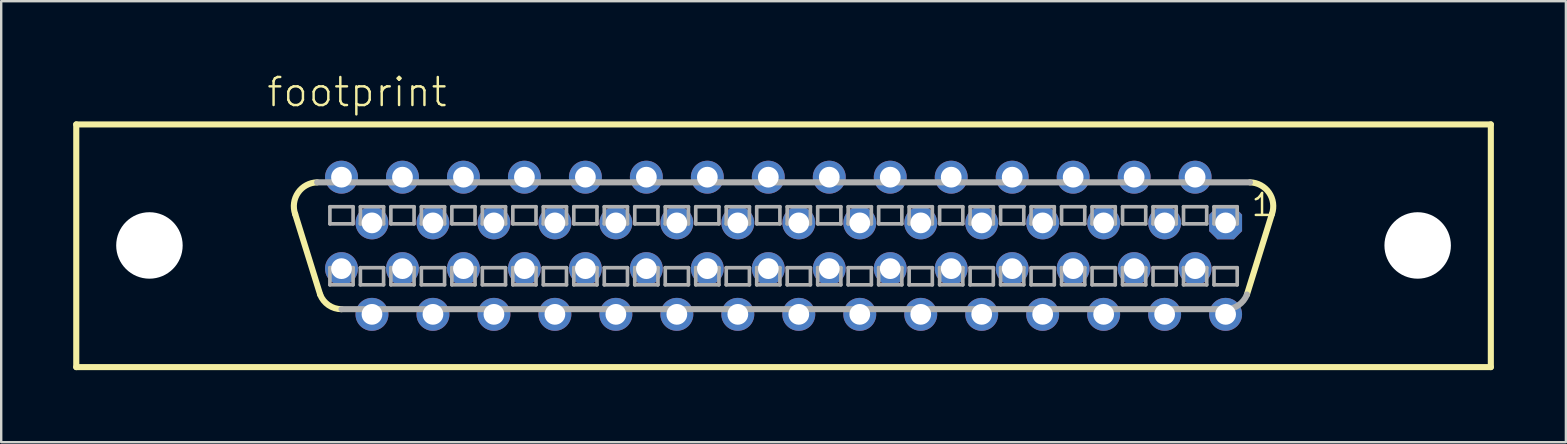
<source format=kicad_pcb>
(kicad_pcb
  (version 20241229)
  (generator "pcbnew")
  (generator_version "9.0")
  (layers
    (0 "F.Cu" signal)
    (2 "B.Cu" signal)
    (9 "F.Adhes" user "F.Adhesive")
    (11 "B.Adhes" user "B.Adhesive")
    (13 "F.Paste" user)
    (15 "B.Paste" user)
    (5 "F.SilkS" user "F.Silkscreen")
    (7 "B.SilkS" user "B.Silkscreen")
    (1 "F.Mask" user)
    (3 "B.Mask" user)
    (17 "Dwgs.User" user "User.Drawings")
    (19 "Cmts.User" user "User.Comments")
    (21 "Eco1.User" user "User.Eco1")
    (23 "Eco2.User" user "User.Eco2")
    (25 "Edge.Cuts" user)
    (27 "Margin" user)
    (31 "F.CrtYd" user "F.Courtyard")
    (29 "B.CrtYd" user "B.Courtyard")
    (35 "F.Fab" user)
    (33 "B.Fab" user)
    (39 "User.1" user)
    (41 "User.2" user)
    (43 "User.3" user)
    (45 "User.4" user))
  (footprint "footprint"
    (layer "F.Cu")
    (at 29.591 7.188)
    (property "Reference" "footprint" (at -21.59 -5.715 0) (layer "F.SilkS") (effects (font (size 1.168 1.168) (thickness 0.102)) (justify left bottom)))
    (fp_line (start -29.464 -5.055) (end 29.464 -5.055) (stroke (width 0.254) (type solid)) (layer "F.SilkS"))
    (fp_line (start -29.464 5.055) (end -29.464 -5.055) (stroke (width 0.254) (type solid)) (layer "F.SilkS"))
    (fp_line (start -19.304 2.032) (end -20.345 -1.321) (stroke (width 0.254) (type solid)) (layer "F.SilkS"))
    (fp_line (start 19.304 2.032) (end 20.345 -1.321) (stroke (width 0.254) (type solid)) (layer "F.SilkS"))
    (fp_line (start 29.464 -5.055) (end 29.464 5.055) (stroke (width 0.254) (type solid)) (layer "F.SilkS"))
    (fp_line (start 29.464 5.055) (end -29.464 5.055) (stroke (width 0.254) (type solid)) (layer "F.SilkS"))
    (fp_arc (start -20.3454 -1.3208) (mid -20.223542 -2.213361) (end -19.430998 -2.641601) (stroke (width 0.254) (type solid)) (layer "F.SilkS"))
    (fp_arc (start -18.414999 2.641601) (mid -18.954028 2.474655) (end -19.304 2.032) (stroke (width 0.254) (type solid)) (layer "F.SilkS"))
    (fp_arc (start 19.431 -2.6416) (mid 20.223543 -2.21336) (end 20.345399 -1.320799) (stroke (width 0.254) (type solid)) (layer "F.SilkS"))
    (fp_line (start -18.898 -1.626) (end -18.898 -0.914) (stroke (width 0.152) (type solid)) (layer "F.Fab"))
    (fp_line (start -18.898 -0.914) (end -17.932 -0.914) (stroke (width 0.152) (type solid)) (layer "F.Fab"))
    (fp_line (start -18.898 0.914) (end -18.898 1.626) (stroke (width 0.152) (type solid)) (layer "F.Fab"))
    (fp_line (start -18.898 1.626) (end -17.932 1.626) (stroke (width 0.152) (type solid)) (layer "F.Fab"))
    (fp_line (start -17.932 -1.626) (end -18.898 -1.626) (stroke (width 0.152) (type solid)) (layer "F.Fab"))
    (fp_line (start -17.932 -0.914) (end -17.932 -1.626) (stroke (width 0.152) (type solid)) (layer "F.Fab"))
    (fp_line (start -17.932 0.914) (end -18.898 0.914) (stroke (width 0.152) (type solid)) (layer "F.Fab"))
    (fp_line (start -17.932 1.626) (end -17.932 0.914) (stroke (width 0.152) (type solid)) (layer "F.Fab"))
    (fp_line (start -17.628 -1.626) (end -17.628 -0.914) (stroke (width 0.152) (type solid)) (layer "F.Fab"))
    (fp_line (start -17.628 -0.914) (end -16.662 -0.914) (stroke (width 0.152) (type solid)) (layer "F.Fab"))
    (fp_line (start -17.628 0.914) (end -17.628 1.626) (stroke (width 0.152) (type solid)) (layer "F.Fab"))
    (fp_line (start -17.628 1.626) (end -16.662 1.626) (stroke (width 0.152) (type solid)) (layer "F.Fab"))
    (fp_line (start -16.662 -1.626) (end -17.628 -1.626) (stroke (width 0.152) (type solid)) (layer "F.Fab"))
    (fp_line (start -16.662 -0.914) (end -16.662 -1.626) (stroke (width 0.152) (type solid)) (layer "F.Fab"))
    (fp_line (start -16.662 0.914) (end -17.628 0.914) (stroke (width 0.152) (type solid)) (layer "F.Fab"))
    (fp_line (start -16.662 1.626) (end -16.662 0.914) (stroke (width 0.152) (type solid)) (layer "F.Fab"))
    (fp_line (start -16.358 -1.626) (end -16.358 -0.914) (stroke (width 0.152) (type solid)) (layer "F.Fab"))
    (fp_line (start -16.358 -0.914) (end -15.392 -0.914) (stroke (width 0.152) (type solid)) (layer "F.Fab"))
    (fp_line (start -16.358 0.914) (end -16.358 1.626) (stroke (width 0.152) (type solid)) (layer "F.Fab"))
    (fp_line (start -16.358 1.626) (end -15.392 1.626) (stroke (width 0.152) (type solid)) (layer "F.Fab"))
    (fp_line (start -15.392 -1.626) (end -16.358 -1.626) (stroke (width 0.152) (type solid)) (layer "F.Fab"))
    (fp_line (start -15.392 -0.914) (end -15.392 -1.626) (stroke (width 0.152) (type solid)) (layer "F.Fab"))
    (fp_line (start -15.392 0.914) (end -16.358 0.914) (stroke (width 0.152) (type solid)) (layer "F.Fab"))
    (fp_line (start -15.392 1.626) (end -15.392 0.914) (stroke (width 0.152) (type solid)) (layer "F.Fab"))
    (fp_line (start -15.088 -1.626) (end -15.088 -0.914) (stroke (width 0.152) (type solid)) (layer "F.Fab"))
    (fp_line (start -15.088 -0.914) (end -14.122 -0.914) (stroke (width 0.152) (type solid)) (layer "F.Fab"))
    (fp_line (start -15.088 0.914) (end -15.088 1.626) (stroke (width 0.152) (type solid)) (layer "F.Fab"))
    (fp_line (start -15.088 1.626) (end -14.122 1.626) (stroke (width 0.152) (type solid)) (layer "F.Fab"))
    (fp_line (start -14.122 -1.626) (end -15.088 -1.626) (stroke (width 0.152) (type solid)) (layer "F.Fab"))
    (fp_line (start -14.122 -0.914) (end -14.122 -1.626) (stroke (width 0.152) (type solid)) (layer "F.Fab"))
    (fp_line (start -14.122 0.914) (end -15.088 0.914) (stroke (width 0.152) (type solid)) (layer "F.Fab"))
    (fp_line (start -14.122 1.626) (end -14.122 0.914) (stroke (width 0.152) (type solid)) (layer "F.Fab"))
    (fp_line (start -13.818 -1.626) (end -13.818 -0.914) (stroke (width 0.152) (type solid)) (layer "F.Fab"))
    (fp_line (start -13.818 -0.914) (end -12.852 -0.914) (stroke (width 0.152) (type solid)) (layer "F.Fab"))
    (fp_line (start -13.818 0.914) (end -13.818 1.626) (stroke (width 0.152) (type solid)) (layer "F.Fab"))
    (fp_line (start -13.818 1.626) (end -12.852 1.626) (stroke (width 0.152) (type solid)) (layer "F.Fab"))
    (fp_line (start -12.852 -1.626) (end -13.818 -1.626) (stroke (width 0.152) (type solid)) (layer "F.Fab"))
    (fp_line (start -12.852 -0.914) (end -12.852 -1.626) (stroke (width 0.152) (type solid)) (layer "F.Fab"))
    (fp_line (start -12.852 0.914) (end -13.818 0.914) (stroke (width 0.152) (type solid)) (layer "F.Fab"))
    (fp_line (start -12.852 1.626) (end -12.852 0.914) (stroke (width 0.152) (type solid)) (layer "F.Fab"))
    (fp_line (start -12.548 -1.626) (end -12.548 -0.914) (stroke (width 0.152) (type solid)) (layer "F.Fab"))
    (fp_line (start -12.548 -0.914) (end -11.582 -0.914) (stroke (width 0.152) (type solid)) (layer "F.Fab"))
    (fp_line (start -12.548 0.914) (end -12.548 1.626) (stroke (width 0.152) (type solid)) (layer "F.Fab"))
    (fp_line (start -12.548 1.626) (end -11.582 1.626) (stroke (width 0.152) (type solid)) (layer "F.Fab"))
    (fp_line (start -11.582 -1.626) (end -12.548 -1.626) (stroke (width 0.152) (type solid)) (layer "F.Fab"))
    (fp_line (start -11.582 -0.914) (end -11.582 -1.626) (stroke (width 0.152) (type solid)) (layer "F.Fab"))
    (fp_line (start -11.582 0.914) (end -12.548 0.914) (stroke (width 0.152) (type solid)) (layer "F.Fab"))
    (fp_line (start -11.582 1.626) (end -11.582 0.914) (stroke (width 0.152) (type solid)) (layer "F.Fab"))
    (fp_line (start -11.278 -1.626) (end -11.278 -0.914) (stroke (width 0.152) (type solid)) (layer "F.Fab"))
    (fp_line (start -11.278 -0.914) (end -10.312 -0.914) (stroke (width 0.152) (type solid)) (layer "F.Fab"))
    (fp_line (start -11.278 0.914) (end -11.278 1.626) (stroke (width 0.152) (type solid)) (layer "F.Fab"))
    (fp_line (start -11.278 1.626) (end -10.312 1.626) (stroke (width 0.152) (type solid)) (layer "F.Fab"))
    (fp_line (start -10.312 -1.626) (end -11.278 -1.626) (stroke (width 0.152) (type solid)) (layer "F.Fab"))
    (fp_line (start -10.312 -0.914) (end -10.312 -1.626) (stroke (width 0.152) (type solid)) (layer "F.Fab"))
    (fp_line (start -10.312 0.914) (end -11.278 0.914) (stroke (width 0.152) (type solid)) (layer "F.Fab"))
    (fp_line (start -10.312 1.626) (end -10.312 0.914) (stroke (width 0.152) (type solid)) (layer "F.Fab"))
    (fp_line (start -10.008 -1.626) (end -10.008 -0.914) (stroke (width 0.152) (type solid)) (layer "F.Fab"))
    (fp_line (start -10.008 -0.914) (end -9.042 -0.914) (stroke (width 0.152) (type solid)) (layer "F.Fab"))
    (fp_line (start -10.008 0.914) (end -10.008 1.626) (stroke (width 0.152) (type solid)) (layer "F.Fab"))
    (fp_line (start -10.008 1.626) (end -9.042 1.626) (stroke (width 0.152) (type solid)) (layer "F.Fab"))
    (fp_line (start -9.042 -1.626) (end -10.008 -1.626) (stroke (width 0.152) (type solid)) (layer "F.Fab"))
    (fp_line (start -9.042 -0.914) (end -9.042 -1.626) (stroke (width 0.152) (type solid)) (layer "F.Fab"))
    (fp_line (start -9.042 0.914) (end -10.008 0.914) (stroke (width 0.152) (type solid)) (layer "F.Fab"))
    (fp_line (start -9.042 1.626) (end -9.042 0.914) (stroke (width 0.152) (type solid)) (layer "F.Fab"))
    (fp_line (start -8.738 -1.626) (end -8.738 -0.914) (stroke (width 0.152) (type solid)) (layer "F.Fab"))
    (fp_line (start -8.738 -0.914) (end -7.772 -0.914) (stroke (width 0.152) (type solid)) (layer "F.Fab"))
    (fp_line (start -8.738 0.914) (end -8.738 1.626) (stroke (width 0.152) (type solid)) (layer "F.Fab"))
    (fp_line (start -8.738 1.626) (end -7.772 1.626) (stroke (width 0.152) (type solid)) (layer "F.Fab"))
    (fp_line (start -7.772 -1.626) (end -8.738 -1.626) (stroke (width 0.152) (type solid)) (layer "F.Fab"))
    (fp_line (start -7.772 -0.914) (end -7.772 -1.626) (stroke (width 0.152) (type solid)) (layer "F.Fab"))
    (fp_line (start -7.772 0.914) (end -8.738 0.914) (stroke (width 0.152) (type solid)) (layer "F.Fab"))
    (fp_line (start -7.772 1.626) (end -7.772 0.914) (stroke (width 0.152) (type solid)) (layer "F.Fab"))
    (fp_line (start -7.468 -1.626) (end -7.468 -0.914) (stroke (width 0.152) (type solid)) (layer "F.Fab"))
    (fp_line (start -7.468 -0.914) (end -6.502 -0.914) (stroke (width 0.152) (type solid)) (layer "F.Fab"))
    (fp_line (start -7.468 0.914) (end -7.468 1.626) (stroke (width 0.152) (type solid)) (layer "F.Fab"))
    (fp_line (start -7.468 1.626) (end -6.502 1.626) (stroke (width 0.152) (type solid)) (layer "F.Fab"))
    (fp_line (start -6.502 -1.626) (end -7.468 -1.626) (stroke (width 0.152) (type solid)) (layer "F.Fab"))
    (fp_line (start -6.502 -0.914) (end -6.502 -1.626) (stroke (width 0.152) (type solid)) (layer "F.Fab"))
    (fp_line (start -6.502 0.914) (end -7.468 0.914) (stroke (width 0.152) (type solid)) (layer "F.Fab"))
    (fp_line (start -6.502 1.626) (end -6.502 0.914) (stroke (width 0.152) (type solid)) (layer "F.Fab"))
    (fp_line (start -6.198 -1.626) (end -6.198 -0.914) (stroke (width 0.152) (type solid)) (layer "F.Fab"))
    (fp_line (start -6.198 -0.914) (end -5.232 -0.914) (stroke (width 0.152) (type solid)) (layer "F.Fab"))
    (fp_line (start -6.198 0.914) (end -6.198 1.626) (stroke (width 0.152) (type solid)) (layer "F.Fab"))
    (fp_line (start -6.198 1.626) (end -5.232 1.626) (stroke (width 0.152) (type solid)) (layer "F.Fab"))
    (fp_line (start -5.232 -1.626) (end -6.198 -1.626) (stroke (width 0.152) (type solid)) (layer "F.Fab"))
    (fp_line (start -5.232 -0.914) (end -5.232 -1.626) (stroke (width 0.152) (type solid)) (layer "F.Fab"))
    (fp_line (start -5.232 0.914) (end -6.198 0.914) (stroke (width 0.152) (type solid)) (layer "F.Fab"))
    (fp_line (start -5.232 1.626) (end -5.232 0.914) (stroke (width 0.152) (type solid)) (layer "F.Fab"))
    (fp_line (start -4.928 -1.626) (end -4.928 -0.914) (stroke (width 0.152) (type solid)) (layer "F.Fab"))
    (fp_line (start -4.928 -0.914) (end -3.962 -0.914) (stroke (width 0.152) (type solid)) (layer "F.Fab"))
    (fp_line (start -4.928 0.914) (end -4.928 1.626) (stroke (width 0.152) (type solid)) (layer "F.Fab"))
    (fp_line (start -4.928 1.626) (end -3.962 1.626) (stroke (width 0.152) (type solid)) (layer "F.Fab"))
    (fp_line (start -3.962 -1.626) (end -4.928 -1.626) (stroke (width 0.152) (type solid)) (layer "F.Fab"))
    (fp_line (start -3.962 -0.914) (end -3.962 -1.626) (stroke (width 0.152) (type solid)) (layer "F.Fab"))
    (fp_line (start -3.962 0.914) (end -4.928 0.914) (stroke (width 0.152) (type solid)) (layer "F.Fab"))
    (fp_line (start -3.962 1.626) (end -3.962 0.914) (stroke (width 0.152) (type solid)) (layer "F.Fab"))
    (fp_line (start -3.658 -1.626) (end -3.658 -0.914) (stroke (width 0.152) (type solid)) (layer "F.Fab"))
    (fp_line (start -3.658 -0.914) (end -2.692 -0.914) (stroke (width 0.152) (type solid)) (layer "F.Fab"))
    (fp_line (start -3.658 0.914) (end -3.658 1.626) (stroke (width 0.152) (type solid)) (layer "F.Fab"))
    (fp_line (start -3.658 1.626) (end -2.692 1.626) (stroke (width 0.152) (type solid)) (layer "F.Fab"))
    (fp_line (start -2.692 -1.626) (end -3.658 -1.626) (stroke (width 0.152) (type solid)) (layer "F.Fab"))
    (fp_line (start -2.692 -0.914) (end -2.692 -1.626) (stroke (width 0.152) (type solid)) (layer "F.Fab"))
    (fp_line (start -2.692 0.914) (end -3.658 0.914) (stroke (width 0.152) (type solid)) (layer "F.Fab"))
    (fp_line (start -2.692 1.626) (end -2.692 0.914) (stroke (width 0.152) (type solid)) (layer "F.Fab"))
    (fp_line (start -2.388 -1.626) (end -2.388 -0.914) (stroke (width 0.152) (type solid)) (layer "F.Fab"))
    (fp_line (start -2.388 -0.914) (end -1.422 -0.914) (stroke (width 0.152) (type solid)) (layer "F.Fab"))
    (fp_line (start -2.388 0.914) (end -2.388 1.626) (stroke (width 0.152) (type solid)) (layer "F.Fab"))
    (fp_line (start -2.388 1.626) (end -1.422 1.626) (stroke (width 0.152) (type solid)) (layer "F.Fab"))
    (fp_line (start -1.422 -1.626) (end -2.388 -1.626) (stroke (width 0.152) (type solid)) (layer "F.Fab"))
    (fp_line (start -1.422 -0.914) (end -1.422 -1.626) (stroke (width 0.152) (type solid)) (layer "F.Fab"))
    (fp_line (start -1.422 0.914) (end -2.388 0.914) (stroke (width 0.152) (type solid)) (layer "F.Fab"))
    (fp_line (start -1.422 1.626) (end -1.422 0.914) (stroke (width 0.152) (type solid)) (layer "F.Fab"))
    (fp_line (start -1.118 -1.626) (end -1.118 -0.914) (stroke (width 0.152) (type solid)) (layer "F.Fab"))
    (fp_line (start -1.118 -0.914) (end -0.152 -0.914) (stroke (width 0.152) (type solid)) (layer "F.Fab"))
    (fp_line (start -1.118 0.914) (end -1.118 1.626) (stroke (width 0.152) (type solid)) (layer "F.Fab"))
    (fp_line (start -1.118 1.626) (end -0.152 1.626) (stroke (width 0.152) (type solid)) (layer "F.Fab"))
    (fp_line (start -0.152 -1.626) (end -1.118 -1.626) (stroke (width 0.152) (type solid)) (layer "F.Fab"))
    (fp_line (start -0.152 -0.914) (end -0.152 -1.626) (stroke (width 0.152) (type solid)) (layer "F.Fab"))
    (fp_line (start -0.152 0.914) (end -1.118 0.914) (stroke (width 0.152) (type solid)) (layer "F.Fab"))
    (fp_line (start -0.152 1.626) (end -0.152 0.914) (stroke (width 0.152) (type solid)) (layer "F.Fab"))
    (fp_line (start 0.152 -1.626) (end 0.152 -0.914) (stroke (width 0.152) (type solid)) (layer "F.Fab"))
    (fp_line (start 0.152 -0.914) (end 1.118 -0.914) (stroke (width 0.152) (type solid)) (layer "F.Fab"))
    (fp_line (start 0.152 0.914) (end 0.152 1.626) (stroke (width 0.152) (type solid)) (layer "F.Fab"))
    (fp_line (start 0.152 1.626) (end 1.118 1.626) (stroke (width 0.152) (type solid)) (layer "F.Fab"))
    (fp_line (start 1.118 -1.626) (end 0.152 -1.626) (stroke (width 0.152) (type solid)) (layer "F.Fab"))
    (fp_line (start 1.118 -0.914) (end 1.118 -1.626) (stroke (width 0.152) (type solid)) (layer "F.Fab"))
    (fp_line (start 1.118 0.914) (end 0.152 0.914) (stroke (width 0.152) (type solid)) (layer "F.Fab"))
    (fp_line (start 1.118 1.626) (end 1.118 0.914) (stroke (width 0.152) (type solid)) (layer "F.Fab"))
    (fp_line (start 1.422 -1.626) (end 1.422 -0.914) (stroke (width 0.152) (type solid)) (layer "F.Fab"))
    (fp_line (start 1.422 -0.914) (end 2.388 -0.914) (stroke (width 0.152) (type solid)) (layer "F.Fab"))
    (fp_line (start 1.422 0.914) (end 1.422 1.626) (stroke (width 0.152) (type solid)) (layer "F.Fab"))
    (fp_line (start 1.422 1.626) (end 2.388 1.626) (stroke (width 0.152) (type solid)) (layer "F.Fab"))
    (fp_line (start 2.388 -1.626) (end 1.422 -1.626) (stroke (width 0.152) (type solid)) (layer "F.Fab"))
    (fp_line (start 2.388 -0.914) (end 2.388 -1.626) (stroke (width 0.152) (type solid)) (layer "F.Fab"))
    (fp_line (start 2.388 0.914) (end 1.422 0.914) (stroke (width 0.152) (type solid)) (layer "F.Fab"))
    (fp_line (start 2.388 1.626) (end 2.388 0.914) (stroke (width 0.152) (type solid)) (layer "F.Fab"))
    (fp_line (start 2.692 -1.626) (end 2.692 -0.914) (stroke (width 0.152) (type solid)) (layer "F.Fab"))
    (fp_line (start 2.692 -0.914) (end 3.658 -0.914) (stroke (width 0.152) (type solid)) (layer "F.Fab"))
    (fp_line (start 2.692 0.914) (end 2.692 1.626) (stroke (width 0.152) (type solid)) (layer "F.Fab"))
    (fp_line (start 2.692 1.626) (end 3.658 1.626) (stroke (width 0.152) (type solid)) (layer "F.Fab"))
    (fp_line (start 3.658 -1.626) (end 2.692 -1.626) (stroke (width 0.152) (type solid)) (layer "F.Fab"))
    (fp_line (start 3.658 -0.914) (end 3.658 -1.626) (stroke (width 0.152) (type solid)) (layer "F.Fab"))
    (fp_line (start 3.658 0.914) (end 2.692 0.914) (stroke (width 0.152) (type solid)) (layer "F.Fab"))
    (fp_line (start 3.658 1.626) (end 3.658 0.914) (stroke (width 0.152) (type solid)) (layer "F.Fab"))
    (fp_line (start 3.962 -1.626) (end 3.962 -0.914) (stroke (width 0.152) (type solid)) (layer "F.Fab"))
    (fp_line (start 3.962 -0.914) (end 4.928 -0.914) (stroke (width 0.152) (type solid)) (layer "F.Fab"))
    (fp_line (start 3.962 0.914) (end 3.962 1.626) (stroke (width 0.152) (type solid)) (layer "F.Fab"))
    (fp_line (start 3.962 1.626) (end 4.928 1.626) (stroke (width 0.152) (type solid)) (layer "F.Fab"))
    (fp_line (start 4.928 -1.626) (end 3.962 -1.626) (stroke (width 0.152) (type solid)) (layer "F.Fab"))
    (fp_line (start 4.928 -0.914) (end 4.928 -1.626) (stroke (width 0.152) (type solid)) (layer "F.Fab"))
    (fp_line (start 4.928 0.914) (end 3.962 0.914) (stroke (width 0.152) (type solid)) (layer "F.Fab"))
    (fp_line (start 4.928 1.626) (end 4.928 0.914) (stroke (width 0.152) (type solid)) (layer "F.Fab"))
    (fp_line (start 5.232 -1.626) (end 5.232 -0.914) (stroke (width 0.152) (type solid)) (layer "F.Fab"))
    (fp_line (start 5.232 -0.914) (end 6.198 -0.914) (stroke (width 0.152) (type solid)) (layer "F.Fab"))
    (fp_line (start 5.232 0.914) (end 5.232 1.626) (stroke (width 0.152) (type solid)) (layer "F.Fab"))
    (fp_line (start 5.232 1.626) (end 6.198 1.626) (stroke (width 0.152) (type solid)) (layer "F.Fab"))
    (fp_line (start 6.198 -1.626) (end 5.232 -1.626) (stroke (width 0.152) (type solid)) (layer "F.Fab"))
    (fp_line (start 6.198 -0.914) (end 6.198 -1.626) (stroke (width 0.152) (type solid)) (layer "F.Fab"))
    (fp_line (start 6.198 0.914) (end 5.232 0.914) (stroke (width 0.152) (type solid)) (layer "F.Fab"))
    (fp_line (start 6.198 1.626) (end 6.198 0.914) (stroke (width 0.152) (type solid)) (layer "F.Fab"))
    (fp_line (start 6.502 -1.626) (end 6.502 -0.914) (stroke (width 0.152) (type solid)) (layer "F.Fab"))
    (fp_line (start 6.502 -0.914) (end 7.468 -0.914) (stroke (width 0.152) (type solid)) (layer "F.Fab"))
    (fp_line (start 6.502 0.914) (end 6.502 1.626) (stroke (width 0.152) (type solid)) (layer "F.Fab"))
    (fp_line (start 6.502 1.626) (end 7.468 1.626) (stroke (width 0.152) (type solid)) (layer "F.Fab"))
    (fp_line (start 7.468 -1.626) (end 6.502 -1.626) (stroke (width 0.152) (type solid)) (layer "F.Fab"))
    (fp_line (start 7.468 -0.914) (end 7.468 -1.626) (stroke (width 0.152) (type solid)) (layer "F.Fab"))
    (fp_line (start 7.468 0.914) (end 6.502 0.914) (stroke (width 0.152) (type solid)) (layer "F.Fab"))
    (fp_line (start 7.468 1.626) (end 7.468 0.914) (stroke (width 0.152) (type solid)) (layer "F.Fab"))
    (fp_line (start 7.772 -1.626) (end 7.772 -0.914) (stroke (width 0.152) (type solid)) (layer "F.Fab"))
    (fp_line (start 7.772 -0.914) (end 8.738 -0.914) (stroke (width 0.152) (type solid)) (layer "F.Fab"))
    (fp_line (start 7.772 0.914) (end 7.772 1.626) (stroke (width 0.152) (type solid)) (layer "F.Fab"))
    (fp_line (start 7.772 1.626) (end 8.738 1.626) (stroke (width 0.152) (type solid)) (layer "F.Fab"))
    (fp_line (start 8.738 -1.626) (end 7.772 -1.626) (stroke (width 0.152) (type solid)) (layer "F.Fab"))
    (fp_line (start 8.738 -0.914) (end 8.738 -1.626) (stroke (width 0.152) (type solid)) (layer "F.Fab"))
    (fp_line (start 8.738 0.914) (end 7.772 0.914) (stroke (width 0.152) (type solid)) (layer "F.Fab"))
    (fp_line (start 8.738 1.626) (end 8.738 0.914) (stroke (width 0.152) (type solid)) (layer "F.Fab"))
    (fp_line (start 9.042 -1.626) (end 9.042 -0.914) (stroke (width 0.152) (type solid)) (layer "F.Fab"))
    (fp_line (start 9.042 -0.914) (end 10.008 -0.914) (stroke (width 0.152) (type solid)) (layer "F.Fab"))
    (fp_line (start 9.042 0.914) (end 9.042 1.626) (stroke (width 0.152) (type solid)) (layer "F.Fab"))
    (fp_line (start 9.042 1.626) (end 10.008 1.626) (stroke (width 0.152) (type solid)) (layer "F.Fab"))
    (fp_line (start 10.008 -1.626) (end 9.042 -1.626) (stroke (width 0.152) (type solid)) (layer "F.Fab"))
    (fp_line (start 10.008 -0.914) (end 10.008 -1.626) (stroke (width 0.152) (type solid)) (layer "F.Fab"))
    (fp_line (start 10.008 0.914) (end 9.042 0.914) (stroke (width 0.152) (type solid)) (layer "F.Fab"))
    (fp_line (start 10.008 1.626) (end 10.008 0.914) (stroke (width 0.152) (type solid)) (layer "F.Fab"))
    (fp_line (start 10.312 -1.626) (end 10.312 -0.914) (stroke (width 0.152) (type solid)) (layer "F.Fab"))
    (fp_line (start 10.312 -0.914) (end 11.278 -0.914) (stroke (width 0.152) (type solid)) (layer "F.Fab"))
    (fp_line (start 10.312 0.914) (end 10.312 1.626) (stroke (width 0.152) (type solid)) (layer "F.Fab"))
    (fp_line (start 10.312 1.626) (end 11.278 1.626) (stroke (width 0.152) (type solid)) (layer "F.Fab"))
    (fp_line (start 11.278 -1.626) (end 10.312 -1.626) (stroke (width 0.152) (type solid)) (layer "F.Fab"))
    (fp_line (start 11.278 -0.914) (end 11.278 -1.626) (stroke (width 0.152) (type solid)) (layer "F.Fab"))
    (fp_line (start 11.278 0.914) (end 10.312 0.914) (stroke (width 0.152) (type solid)) (layer "F.Fab"))
    (fp_line (start 11.278 1.626) (end 11.278 0.914) (stroke (width 0.152) (type solid)) (layer "F.Fab"))
    (fp_line (start 11.582 -1.626) (end 11.582 -0.914) (stroke (width 0.152) (type solid)) (layer "F.Fab"))
    (fp_line (start 11.582 -0.914) (end 12.548 -0.914) (stroke (width 0.152) (type solid)) (layer "F.Fab"))
    (fp_line (start 11.582 0.914) (end 11.582 1.626) (stroke (width 0.152) (type solid)) (layer "F.Fab"))
    (fp_line (start 11.582 1.626) (end 12.548 1.626) (stroke (width 0.152) (type solid)) (layer "F.Fab"))
    (fp_line (start 12.548 -1.626) (end 11.582 -1.626) (stroke (width 0.152) (type solid)) (layer "F.Fab"))
    (fp_line (start 12.548 -0.914) (end 12.548 -1.626) (stroke (width 0.152) (type solid)) (layer "F.Fab"))
    (fp_line (start 12.548 0.914) (end 11.582 0.914) (stroke (width 0.152) (type solid)) (layer "F.Fab"))
    (fp_line (start 12.548 1.626) (end 12.548 0.914) (stroke (width 0.152) (type solid)) (layer "F.Fab"))
    (fp_line (start 12.852 -1.626) (end 12.852 -0.914) (stroke (width 0.152) (type solid)) (layer "F.Fab"))
    (fp_line (start 12.852 -0.914) (end 13.818 -0.914) (stroke (width 0.152) (type solid)) (layer "F.Fab"))
    (fp_line (start 12.852 0.914) (end 12.852 1.626) (stroke (width 0.152) (type solid)) (layer "F.Fab"))
    (fp_line (start 12.852 1.626) (end 13.818 1.626) (stroke (width 0.152) (type solid)) (layer "F.Fab"))
    (fp_line (start 13.818 -1.626) (end 12.852 -1.626) (stroke (width 0.152) (type solid)) (layer "F.Fab"))
    (fp_line (start 13.818 -0.914) (end 13.818 -1.626) (stroke (width 0.152) (type solid)) (layer "F.Fab"))
    (fp_line (start 13.818 0.914) (end 12.852 0.914) (stroke (width 0.152) (type solid)) (layer "F.Fab"))
    (fp_line (start 13.818 1.626) (end 13.818 0.914) (stroke (width 0.152) (type solid)) (layer "F.Fab"))
    (fp_line (start 14.122 -1.626) (end 14.122 -0.914) (stroke (width 0.152) (type solid)) (layer "F.Fab"))
    (fp_line (start 14.122 -0.914) (end 15.088 -0.914) (stroke (width 0.152) (type solid)) (layer "F.Fab"))
    (fp_line (start 14.122 0.914) (end 14.122 1.626) (stroke (width 0.152) (type solid)) (layer "F.Fab"))
    (fp_line (start 14.122 1.626) (end 15.088 1.626) (stroke (width 0.152) (type solid)) (layer "F.Fab"))
    (fp_line (start 15.088 -1.626) (end 14.122 -1.626) (stroke (width 0.152) (type solid)) (layer "F.Fab"))
    (fp_line (start 15.088 -0.914) (end 15.088 -1.626) (stroke (width 0.152) (type solid)) (layer "F.Fab"))
    (fp_line (start 15.088 0.914) (end 14.122 0.914) (stroke (width 0.152) (type solid)) (layer "F.Fab"))
    (fp_line (start 15.088 1.626) (end 15.088 0.914) (stroke (width 0.152) (type solid)) (layer "F.Fab"))
    (fp_line (start 15.392 -1.626) (end 15.392 -0.914) (stroke (width 0.152) (type solid)) (layer "F.Fab"))
    (fp_line (start 15.392 -0.914) (end 16.358 -0.914) (stroke (width 0.152) (type solid)) (layer "F.Fab"))
    (fp_line (start 15.392 0.914) (end 15.392 1.626) (stroke (width 0.152) (type solid)) (layer "F.Fab"))
    (fp_line (start 15.392 1.626) (end 16.358 1.626) (stroke (width 0.152) (type solid)) (layer "F.Fab"))
    (fp_line (start 16.358 -1.626) (end 15.392 -1.626) (stroke (width 0.152) (type solid)) (layer "F.Fab"))
    (fp_line (start 16.358 -0.914) (end 16.358 -1.626) (stroke (width 0.152) (type solid)) (layer "F.Fab"))
    (fp_line (start 16.358 0.914) (end 15.392 0.914) (stroke (width 0.152) (type solid)) (layer "F.Fab"))
    (fp_line (start 16.358 1.626) (end 16.358 0.914) (stroke (width 0.152) (type solid)) (layer "F.Fab"))
    (fp_line (start 16.662 -1.626) (end 16.662 -0.914) (stroke (width 0.152) (type solid)) (layer "F.Fab"))
    (fp_line (start 16.662 -0.914) (end 17.628 -0.914) (stroke (width 0.152) (type solid)) (layer "F.Fab"))
    (fp_line (start 16.662 0.914) (end 16.662 1.626) (stroke (width 0.152) (type solid)) (layer "F.Fab"))
    (fp_line (start 16.662 1.626) (end 17.628 1.626) (stroke (width 0.152) (type solid)) (layer "F.Fab"))
    (fp_line (start 17.628 -1.626) (end 16.662 -1.626) (stroke (width 0.152) (type solid)) (layer "F.Fab"))
    (fp_line (start 17.628 -0.914) (end 17.628 -1.626) (stroke (width 0.152) (type solid)) (layer "F.Fab"))
    (fp_line (start 17.628 0.914) (end 16.662 0.914) (stroke (width 0.152) (type solid)) (layer "F.Fab"))
    (fp_line (start 17.628 1.626) (end 17.628 0.914) (stroke (width 0.152) (type solid)) (layer "F.Fab"))
    (fp_line (start 17.932 -1.626) (end 17.932 -0.914) (stroke (width 0.152) (type solid)) (layer "F.Fab"))
    (fp_line (start 17.932 -0.914) (end 18.898 -0.914) (stroke (width 0.152) (type solid)) (layer "F.Fab"))
    (fp_line (start 17.932 0.914) (end 17.932 1.626) (stroke (width 0.152) (type solid)) (layer "F.Fab"))
    (fp_line (start 17.932 1.626) (end 18.898 1.626) (stroke (width 0.152) (type solid)) (layer "F.Fab"))
    (fp_line (start 18.415 2.642) (end -18.415 2.642) (stroke (width 0.254) (type solid)) (layer "F.Fab"))
    (fp_line (start 18.898 -1.626) (end 17.932 -1.626) (stroke (width 0.152) (type solid)) (layer "F.Fab"))
    (fp_line (start 18.898 -0.914) (end 18.898 -1.626) (stroke (width 0.152) (type solid)) (layer "F.Fab"))
    (fp_line (start 18.898 0.914) (end 17.932 0.914) (stroke (width 0.152) (type solid)) (layer "F.Fab"))
    (fp_line (start 18.898 1.626) (end 18.898 0.914) (stroke (width 0.152) (type solid)) (layer "F.Fab"))
    (fp_line (start 19.431 -2.642) (end -19.431 -2.642) (stroke (width 0.254) (type solid)) (layer "F.Fab"))
    (fp_arc (start 19.303999 2.031999) (mid 18.954028 2.474653) (end 18.415 2.6416) (stroke (width 0.254) (type solid)) (layer "F.Fab"))
    (fp_text user "1" (at 19.431 -1.168 0) (layer "F.SilkS") (effects (font (size 0.914 0.914) (thickness 0.102)) (justify left bottom)))
    (pad "" np_thru_hole circle (at -26.416 -0.013) (size 2.769 2.769) (drill 2.769) (layers "*.Cu" "*.Mask"))
    (pad "" np_thru_hole circle (at 26.416 -0.013) (size 2.769 2.769) (drill 2.769) (layers "*.Cu" "*.Mask"))
    (pad "1" thru_hole roundrect (at 18.415 -0.953) (size 1.372 1.372) (drill 0.864) (layers "*.Cu" "*.Mask") (roundrect_rratio 0.25) (chamfer_ratio 0.25) (chamfer top_left top_right bottom_left bottom_right))
    (pad "2" thru_hole circle (at 17.145 -2.857) (size 1.372 1.372) (drill 0.864) (layers "*.Cu" "*.Mask"))
    (pad "3" thru_hole circle (at 15.875 -0.953) (size 1.372 1.372) (drill 0.864) (layers "*.Cu" "*.Mask"))
    (pad "4" thru_hole circle (at 14.605 -2.857) (size 1.372 1.372) (drill 0.864) (layers "*.Cu" "*.Mask"))
    (pad "5" thru_hole circle (at 13.335 -0.953) (size 1.372 1.372) (drill 0.864) (layers "*.Cu" "*.Mask"))
    (pad "6" thru_hole circle (at 12.065 -2.857) (size 1.372 1.372) (drill 0.864) (layers "*.Cu" "*.Mask"))
    (pad "7" thru_hole circle (at 10.795 -0.953) (size 1.372 1.372) (drill 0.864) (layers "*.Cu" "*.Mask"))
    (pad "8" thru_hole circle (at 9.525 -2.857) (size 1.372 1.372) (drill 0.864) (layers "*.Cu" "*.Mask"))
    (pad "9" thru_hole circle (at 8.255 -0.953) (size 1.372 1.372) (drill 0.864) (layers "*.Cu" "*.Mask"))
    (pad "10" thru_hole circle (at 6.985 -2.857) (size 1.372 1.372) (drill 0.864) (layers "*.Cu" "*.Mask"))
    (pad "11" thru_hole circle (at 5.715 -0.953) (size 1.372 1.372) (drill 0.864) (layers "*.Cu" "*.Mask"))
    (pad "12" thru_hole circle (at 4.445 -2.857) (size 1.372 1.372) (drill 0.864) (layers "*.Cu" "*.Mask"))
    (pad "13" thru_hole circle (at 3.175 -0.953) (size 1.372 1.372) (drill 0.864) (layers "*.Cu" "*.Mask"))
    (pad "14" thru_hole circle (at 1.905 -2.857) (size 1.372 1.372) (drill 0.864) (layers "*.Cu" "*.Mask"))
    (pad "15" thru_hole circle (at 0.635 -0.953) (size 1.372 1.372) (drill 0.864) (layers "*.Cu" "*.Mask"))
    (pad "16" thru_hole circle (at -0.635 -2.857) (size 1.372 1.372) (drill 0.864) (layers "*.Cu" "*.Mask"))
    (pad "17" thru_hole circle (at -1.905 -0.953) (size 1.372 1.372) (drill 0.864) (layers "*.Cu" "*.Mask"))
    (pad "18" thru_hole circle (at -3.175 -2.857) (size 1.372 1.372) (drill 0.864) (layers "*.Cu" "*.Mask"))
    (pad "19" thru_hole circle (at -4.445 -0.953) (size 1.372 1.372) (drill 0.864) (layers "*.Cu" "*.Mask"))
    (pad "20" thru_hole circle (at -5.715 -2.857) (size 1.372 1.372) (drill 0.864) (layers "*.Cu" "*.Mask"))
    (pad "21" thru_hole circle (at -6.985 -0.953) (size 1.372 1.372) (drill 0.864) (layers "*.Cu" "*.Mask"))
    (pad "22" thru_hole circle (at -8.255 -2.857) (size 1.372 1.372) (drill 0.864) (layers "*.Cu" "*.Mask"))
    (pad "23" thru_hole circle (at -9.525 -0.953) (size 1.372 1.372) (drill 0.864) (layers "*.Cu" "*.Mask"))
    (pad "24" thru_hole circle (at -10.795 -2.857) (size 1.372 1.372) (drill 0.864) (layers "*.Cu" "*.Mask"))
    (pad "25" thru_hole circle (at -12.065 -0.953) (size 1.372 1.372) (drill 0.864) (layers "*.Cu" "*.Mask"))
    (pad "26" thru_hole circle (at -13.335 -2.857) (size 1.372 1.372) (drill 0.864) (layers "*.Cu" "*.Mask"))
    (pad "27" thru_hole circle (at -14.605 -0.953) (size 1.372 1.372) (drill 0.864) (layers "*.Cu" "*.Mask"))
    (pad "28" thru_hole circle (at -15.875 -2.857) (size 1.372 1.372) (drill 0.864) (layers "*.Cu" "*.Mask"))
    (pad "29" thru_hole circle (at -17.145 -0.953) (size 1.372 1.372) (drill 0.864) (layers "*.Cu" "*.Mask"))
    (pad "30" thru_hole circle (at -18.415 -2.857) (size 1.372 1.372) (drill 0.864) (layers "*.Cu" "*.Mask"))
    (pad "31" thru_hole circle (at 18.415 2.857) (size 1.372 1.372) (drill 0.864) (layers "*.Cu" "*.Mask"))
    (pad "32" thru_hole circle (at 17.145 0.953) (size 1.372 1.372) (drill 0.864) (layers "*.Cu" "*.Mask"))
    (pad "33" thru_hole circle (at 15.875 2.857) (size 1.372 1.372) (drill 0.864) (layers "*.Cu" "*.Mask"))
    (pad "34" thru_hole circle (at 14.605 0.953) (size 1.372 1.372) (drill 0.864) (layers "*.Cu" "*.Mask"))
    (pad "35" thru_hole circle (at 13.335 2.857) (size 1.372 1.372) (drill 0.864) (layers "*.Cu" "*.Mask"))
    (pad "36" thru_hole circle (at 12.065 0.953) (size 1.372 1.372) (drill 0.864) (layers "*.Cu" "*.Mask"))
    (pad "37" thru_hole circle (at 10.795 2.857) (size 1.372 1.372) (drill 0.864) (layers "*.Cu" "*.Mask"))
    (pad "38" thru_hole circle (at 9.525 0.953) (size 1.372 1.372) (drill 0.864) (layers "*.Cu" "*.Mask"))
    (pad "39" thru_hole circle (at 8.255 2.857) (size 1.372 1.372) (drill 0.864) (layers "*.Cu" "*.Mask"))
    (pad "40" thru_hole circle (at 6.985 0.953) (size 1.372 1.372) (drill 0.864) (layers "*.Cu" "*.Mask"))
    (pad "41" thru_hole circle (at 5.715 2.857) (size 1.372 1.372) (drill 0.864) (layers "*.Cu" "*.Mask"))
    (pad "42" thru_hole circle (at 4.445 0.953) (size 1.372 1.372) (drill 0.864) (layers "*.Cu" "*.Mask"))
    (pad "43" thru_hole circle (at 3.175 2.857) (size 1.372 1.372) (drill 0.864) (layers "*.Cu" "*.Mask"))
    (pad "44" thru_hole circle (at 1.905 0.953) (size 1.372 1.372) (drill 0.864) (layers "*.Cu" "*.Mask"))
    (pad "45" thru_hole circle (at 0.635 2.857) (size 1.372 1.372) (drill 0.864) (layers "*.Cu" "*.Mask"))
    (pad "46" thru_hole circle (at -0.635 0.953) (size 1.372 1.372) (drill 0.864) (layers "*.Cu" "*.Mask"))
    (pad "47" thru_hole circle (at -1.905 2.857) (size 1.372 1.372) (drill 0.864) (layers "*.Cu" "*.Mask"))
    (pad "48" thru_hole circle (at -3.175 0.953) (size 1.372 1.372) (drill 0.864) (layers "*.Cu" "*.Mask"))
    (pad "49" thru_hole circle (at -4.445 2.857) (size 1.372 1.372) (drill 0.864) (layers "*.Cu" "*.Mask"))
    (pad "50" thru_hole circle (at -5.715 0.953) (size 1.372 1.372) (drill 0.864) (layers "*.Cu" "*.Mask"))
    (pad "51" thru_hole circle (at -6.985 2.857) (size 1.372 1.372) (drill 0.864) (layers "*.Cu" "*.Mask"))
    (pad "52" thru_hole circle (at -8.255 0.953) (size 1.372 1.372) (drill 0.864) (layers "*.Cu" "*.Mask"))
    (pad "53" thru_hole circle (at -9.525 2.857) (size 1.372 1.372) (drill 0.864) (layers "*.Cu" "*.Mask"))
    (pad "54" thru_hole circle (at -10.795 0.953) (size 1.372 1.372) (drill 0.864) (layers "*.Cu" "*.Mask"))
    (pad "55" thru_hole circle (at -12.065 2.857) (size 1.372 1.372) (drill 0.864) (layers "*.Cu" "*.Mask"))
    (pad "56" thru_hole circle (at -13.335 0.953) (size 1.372 1.372) (drill 0.864) (layers "*.Cu" "*.Mask"))
    (pad "57" thru_hole circle (at -14.605 2.857) (size 1.372 1.372) (drill 0.864) (layers "*.Cu" "*.Mask"))
    (pad "58" thru_hole circle (at -15.875 0.953) (size 1.372 1.372) (drill 0.864) (layers "*.Cu" "*.Mask"))
    (pad "59" thru_hole circle (at -17.145 2.857) (size 1.372 1.372) (drill 0.864) (layers "*.Cu" "*.Mask"))
    (pad "60" thru_hole circle (at -18.415 0.953) (size 1.372 1.372) (drill 0.864) (layers "*.Cu" "*.Mask")))
  (gr_rect
    (start -3 -3)
    (end 62.182 15.37)
    (stroke (width 0.1) (type default))
    (fill no)
    (layer "Edge.Cuts")))
</source>
